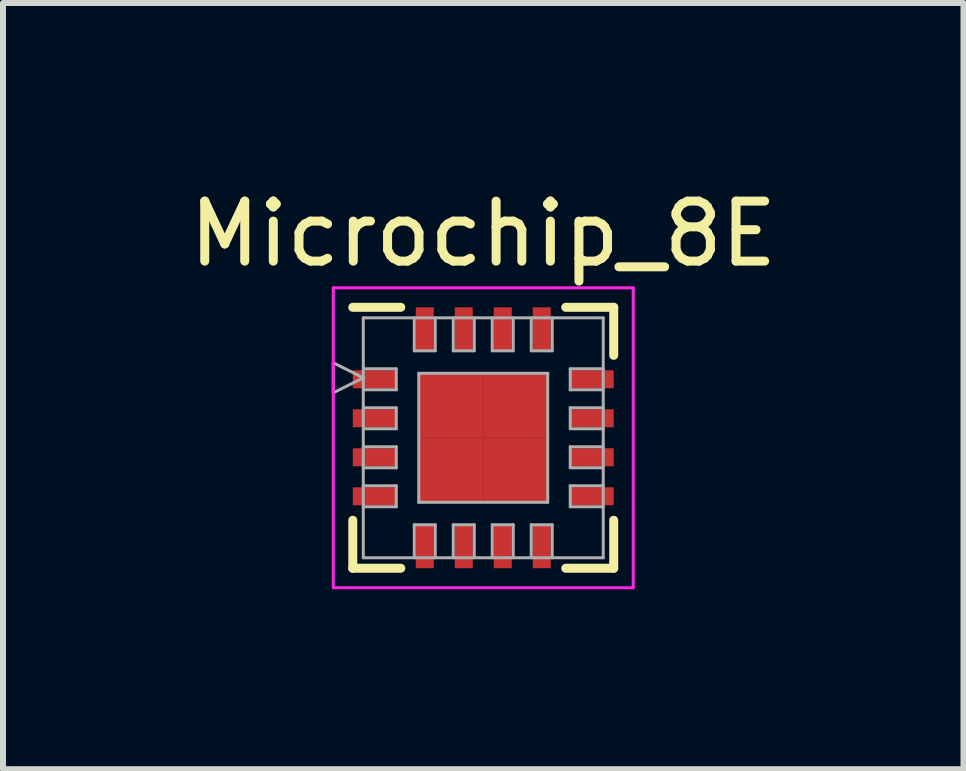
<source format=kicad_pcb>
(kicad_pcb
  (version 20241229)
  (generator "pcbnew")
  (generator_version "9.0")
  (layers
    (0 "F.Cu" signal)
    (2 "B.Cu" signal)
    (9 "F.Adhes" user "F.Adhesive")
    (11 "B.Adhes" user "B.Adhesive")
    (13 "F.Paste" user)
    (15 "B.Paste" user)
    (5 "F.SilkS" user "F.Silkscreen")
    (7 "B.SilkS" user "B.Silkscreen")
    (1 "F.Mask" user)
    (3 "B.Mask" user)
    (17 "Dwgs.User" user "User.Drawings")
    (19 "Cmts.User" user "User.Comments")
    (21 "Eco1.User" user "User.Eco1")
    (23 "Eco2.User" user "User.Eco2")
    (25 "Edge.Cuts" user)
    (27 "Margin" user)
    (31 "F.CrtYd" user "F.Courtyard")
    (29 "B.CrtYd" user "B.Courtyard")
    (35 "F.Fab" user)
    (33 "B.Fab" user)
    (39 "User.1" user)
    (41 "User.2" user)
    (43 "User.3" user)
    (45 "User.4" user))
  (footprint "Microchip_8E"
    (layer "F.Cu")
    (at 5.006 4.248)
    (property "Reference" "Microchip_8E" (at 0 -3.4 0) (layer "F.SilkS") (effects (font (size 1 1) (thickness 0.15))))
    (attr smd)
    (fp_line (start -2.175 -2.175) (end -1.375 -2.175) (stroke (width 0.15) (type solid)) (layer "F.SilkS"))
    (fp_line (start -2.175 2.175) (end -2.175 1.375) (stroke (width 0.15) (type solid)) (layer "F.SilkS"))
    (fp_line (start -2.175 2.175) (end -1.375 2.175) (stroke (width 0.15) (type solid)) (layer "F.SilkS"))
    (fp_line (start 2.175 -2.175) (end 1.375 -2.175) (stroke (width 0.15) (type solid)) (layer "F.SilkS"))
    (fp_line (start 2.175 -2.175) (end 2.175 -1.375) (stroke (width 0.15) (type solid)) (layer "F.SilkS"))
    (fp_line (start 2.175 2.175) (end 1.375 2.175) (stroke (width 0.15) (type solid)) (layer "F.SilkS"))
    (fp_line (start 2.175 2.175) (end 2.175 1.375) (stroke (width 0.15) (type solid)) (layer "F.SilkS"))
    (fp_line (start -2.5 -2.5) (end -2.5 2.5) (stroke (width 0.05) (type solid)) (layer "F.CrtYd"))
    (fp_line (start -2.5 -2.5) (end 2.5 -2.5) (stroke (width 0.05) (type solid)) (layer "F.CrtYd"))
    (fp_line (start -2.5 2.5) (end 2.5 2.5) (stroke (width 0.05) (type solid)) (layer "F.CrtYd"))
    (fp_line (start 2.5 -2.5) (end 2.5 2.5) (stroke (width 0.05) (type solid)) (layer "F.CrtYd"))
    (fp_line (start -2.5 -1.25) (end -2.5 -0.75) (stroke (width 0.05) (type solid)) (layer "F.Fab"))
    (fp_line (start -2.5 -0.75) (end -2 -1) (stroke (width 0.05) (type solid)) (layer "F.Fab"))
    (fp_line (start -2 -2) (end 2 -2) (stroke (width 0.05) (type solid)) (layer "F.Fab"))
    (fp_line (start -2 -1) (end -2.5 -1.25) (stroke (width 0.05) (type solid)) (layer "F.Fab"))
    (fp_line (start -2 -0.8) (end -1.45 -0.8) (stroke (width 0.05) (type solid)) (layer "F.Fab"))
    (fp_line (start -2 -0.15) (end -1.45 -0.15) (stroke (width 0.05) (type solid)) (layer "F.Fab"))
    (fp_line (start -2 0.5) (end -1.45 0.5) (stroke (width 0.05) (type solid)) (layer "F.Fab"))
    (fp_line (start -2 1.15) (end -1.45 1.15) (stroke (width 0.05) (type solid)) (layer "F.Fab"))
    (fp_line (start -2 2) (end -2 -2) (stroke (width 0.05) (type solid)) (layer "F.Fab"))
    (fp_line (start -1.45 -1.15) (end -2 -1.15) (stroke (width 0.05) (type solid)) (layer "F.Fab"))
    (fp_line (start -1.45 -0.8) (end -1.45 -1.15) (stroke (width 0.05) (type solid)) (layer "F.Fab"))
    (fp_line (start -1.45 -0.5) (end -2 -0.5) (stroke (width 0.05) (type solid)) (layer "F.Fab"))
    (fp_line (start -1.45 -0.15) (end -1.45 -0.5) (stroke (width 0.05) (type solid)) (layer "F.Fab"))
    (fp_line (start -1.45 0.15) (end -2 0.15) (stroke (width 0.05) (type solid)) (layer "F.Fab"))
    (fp_line (start -1.45 0.5) (end -1.45 0.15) (stroke (width 0.05) (type solid)) (layer "F.Fab"))
    (fp_line (start -1.45 0.8) (end -2 0.8) (stroke (width 0.05) (type solid)) (layer "F.Fab"))
    (fp_line (start -1.45 1.15) (end -1.45 0.8) (stroke (width 0.05) (type solid)) (layer "F.Fab"))
    (fp_line (start -1.15 -2) (end -1.15 -1.45) (stroke (width 0.05) (type solid)) (layer "F.Fab"))
    (fp_line (start -1.15 -1.45) (end -0.8 -1.45) (stroke (width 0.05) (type solid)) (layer "F.Fab"))
    (fp_line (start -1.15 1.45) (end -1.15 2) (stroke (width 0.05) (type solid)) (layer "F.Fab"))
    (fp_line (start -1.075 -1.075) (end 1.075 -1.075) (stroke (width 0.05) (type solid)) (layer "F.Fab"))
    (fp_line (start -1.075 1.075) (end -1.075 -1.075) (stroke (width 0.05) (type solid)) (layer "F.Fab"))
    (fp_line (start -0.8 -1.45) (end -0.8 -2) (stroke (width 0.05) (type solid)) (layer "F.Fab"))
    (fp_line (start -0.8 1.45) (end -1.15 1.45) (stroke (width 0.05) (type solid)) (layer "F.Fab"))
    (fp_line (start -0.8 2) (end -0.8 1.45) (stroke (width 0.05) (type solid)) (layer "F.Fab"))
    (fp_line (start -0.5 -2) (end -0.5 -1.45) (stroke (width 0.05) (type solid)) (layer "F.Fab"))
    (fp_line (start -0.5 -1.45) (end -0.15 -1.45) (stroke (width 0.05) (type solid)) (layer "F.Fab"))
    (fp_line (start -0.5 1.45) (end -0.5 2) (stroke (width 0.05) (type solid)) (layer "F.Fab"))
    (fp_line (start -0.15 -1.45) (end -0.15 -2) (stroke (width 0.05) (type solid)) (layer "F.Fab"))
    (fp_line (start -0.15 1.45) (end -0.5 1.45) (stroke (width 0.05) (type solid)) (layer "F.Fab"))
    (fp_line (start -0.15 2) (end -0.15 1.45) (stroke (width 0.05) (type solid)) (layer "F.Fab"))
    (fp_line (start 0.15 -2) (end 0.15 -1.45) (stroke (width 0.05) (type solid)) (layer "F.Fab"))
    (fp_line (start 0.15 -1.45) (end 0.5 -1.45) (stroke (width 0.05) (type solid)) (layer "F.Fab"))
    (fp_line (start 0.15 1.45) (end 0.15 2) (stroke (width 0.05) (type solid)) (layer "F.Fab"))
    (fp_line (start 0.5 -1.45) (end 0.5 -2) (stroke (width 0.05) (type solid)) (layer "F.Fab"))
    (fp_line (start 0.5 1.45) (end 0.15 1.45) (stroke (width 0.05) (type solid)) (layer "F.Fab"))
    (fp_line (start 0.5 2) (end 0.5 1.45) (stroke (width 0.05) (type solid)) (layer "F.Fab"))
    (fp_line (start 0.8 -2) (end 0.8 -1.45) (stroke (width 0.05) (type solid)) (layer "F.Fab"))
    (fp_line (start 0.8 -1.45) (end 1.15 -1.45) (stroke (width 0.05) (type solid)) (layer "F.Fab"))
    (fp_line (start 0.8 1.45) (end 0.8 2) (stroke (width 0.05) (type solid)) (layer "F.Fab"))
    (fp_line (start 1.075 -1.075) (end 1.075 1.075) (stroke (width 0.05) (type solid)) (layer "F.Fab"))
    (fp_line (start 1.075 1.075) (end -1.075 1.075) (stroke (width 0.05) (type solid)) (layer "F.Fab"))
    (fp_line (start 1.15 -1.45) (end 1.15 -2) (stroke (width 0.05) (type solid)) (layer "F.Fab"))
    (fp_line (start 1.15 1.45) (end 0.8 1.45) (stroke (width 0.05) (type solid)) (layer "F.Fab"))
    (fp_line (start 1.15 2) (end 1.15 1.45) (stroke (width 0.05) (type solid)) (layer "F.Fab"))
    (fp_line (start 1.45 -1.15) (end 1.45 -0.8) (stroke (width 0.05) (type solid)) (layer "F.Fab"))
    (fp_line (start 1.45 -0.8) (end 2 -0.8) (stroke (width 0.05) (type solid)) (layer "F.Fab"))
    (fp_line (start 1.45 -0.5) (end 1.45 -0.15) (stroke (width 0.05) (type solid)) (layer "F.Fab"))
    (fp_line (start 1.45 -0.15) (end 2 -0.15) (stroke (width 0.05) (type solid)) (layer "F.Fab"))
    (fp_line (start 1.45 0.15) (end 1.45 0.5) (stroke (width 0.05) (type solid)) (layer "F.Fab"))
    (fp_line (start 1.45 0.5) (end 2 0.5) (stroke (width 0.05) (type solid)) (layer "F.Fab"))
    (fp_line (start 1.45 0.8) (end 1.45 1.15) (stroke (width 0.05) (type solid)) (layer "F.Fab"))
    (fp_line (start 1.45 1.15) (end 2 1.15) (stroke (width 0.05) (type solid)) (layer "F.Fab"))
    (fp_line (start 2 -2) (end 2 2) (stroke (width 0.05) (type solid)) (layer "F.Fab"))
    (fp_line (start 2 -1.15) (end 1.45 -1.15) (stroke (width 0.05) (type solid)) (layer "F.Fab"))
    (fp_line (start 2 -0.5) (end 1.45 -0.5) (stroke (width 0.05) (type solid)) (layer "F.Fab"))
    (fp_line (start 2 0.15) (end 1.45 0.15) (stroke (width 0.05) (type solid)) (layer "F.Fab"))
    (fp_line (start 2 0.8) (end 1.45 0.8) (stroke (width 0.05) (type solid)) (layer "F.Fab"))
    (fp_line (start 2 2) (end -2 2) (stroke (width 0.05) (type solid)) (layer "F.Fab"))
    (pad "1" smd rect (at -1.812 -0.975) (size 0.725 0.3) (layers "F.Cu" "F.Mask" "F.Paste"))
    (pad "2" smd rect (at -1.812 -0.325) (size 0.725 0.3) (layers "F.Cu" "F.Mask" "F.Paste"))
    (pad "3" smd rect (at -1.812 0.325) (size 0.725 0.3) (layers "F.Cu" "F.Mask" "F.Paste"))
    (pad "4" smd rect (at -1.812 0.975) (size 0.725 0.3) (layers "F.Cu" "F.Mask" "F.Paste"))
    (pad "5" smd rect (at -0.975 1.812 90) (size 0.725 0.3) (layers "F.Cu" "F.Mask" "F.Paste"))
    (pad "6" smd rect (at -0.325 1.812 90) (size 0.725 0.3) (layers "F.Cu" "F.Mask" "F.Paste"))
    (pad "7" smd rect (at 0.325 1.812 90) (size 0.725 0.3) (layers "F.Cu" "F.Mask" "F.Paste"))
    (pad "8" smd rect (at 0.975 1.812 90) (size 0.725 0.3) (layers "F.Cu" "F.Mask" "F.Paste"))
    (pad "9" smd rect (at 1.812 0.975) (size 0.725 0.3) (layers "F.Cu" "F.Mask" "F.Paste"))
    (pad "10" smd rect (at 1.812 0.325) (size 0.725 0.3) (layers "F.Cu" "F.Mask" "F.Paste"))
    (pad "11" smd rect (at 1.812 -0.325) (size 0.725 0.3) (layers "F.Cu" "F.Mask" "F.Paste"))
    (pad "12" smd rect (at 1.812 -0.975) (size 0.725 0.3) (layers "F.Cu" "F.Mask" "F.Paste"))
    (pad "13" smd rect (at 0.975 -1.812 90) (size 0.725 0.3) (layers "F.Cu" "F.Mask" "F.Paste"))
    (pad "14" smd rect (at 0.325 -1.812 90) (size 0.725 0.3) (layers "F.Cu" "F.Mask" "F.Paste"))
    (pad "15" smd rect (at -0.325 -1.812 90) (size 0.725 0.3) (layers "F.Cu" "F.Mask" "F.Paste"))
    (pad "16" smd rect (at -0.975 -1.812 90) (size 0.725 0.3) (layers "F.Cu" "F.Mask" "F.Paste"))
    (pad "17" smd rect (at -0.537 -0.537) (size 1.075 1.075) (layers "F.Cu" "F.Mask" "F.Paste"))
    (pad "17" smd rect (at -0.537 0.537) (size 1.075 1.075) (layers "F.Cu" "F.Mask" "F.Paste"))
    (pad "17" smd rect (at 0.537 -0.537) (size 1.075 1.075) (layers "F.Cu" "F.Mask" "F.Paste"))
    (pad "17" smd rect (at 0.537 0.537) (size 1.075 1.075) (layers "F.Cu" "F.Mask" "F.Paste")))
  (gr_rect
    (start -3 -3)
    (end 13.012 9.773)
    (stroke (width 0.1) (type default))
    (fill no)
    (layer "Edge.Cuts")))
</source>
